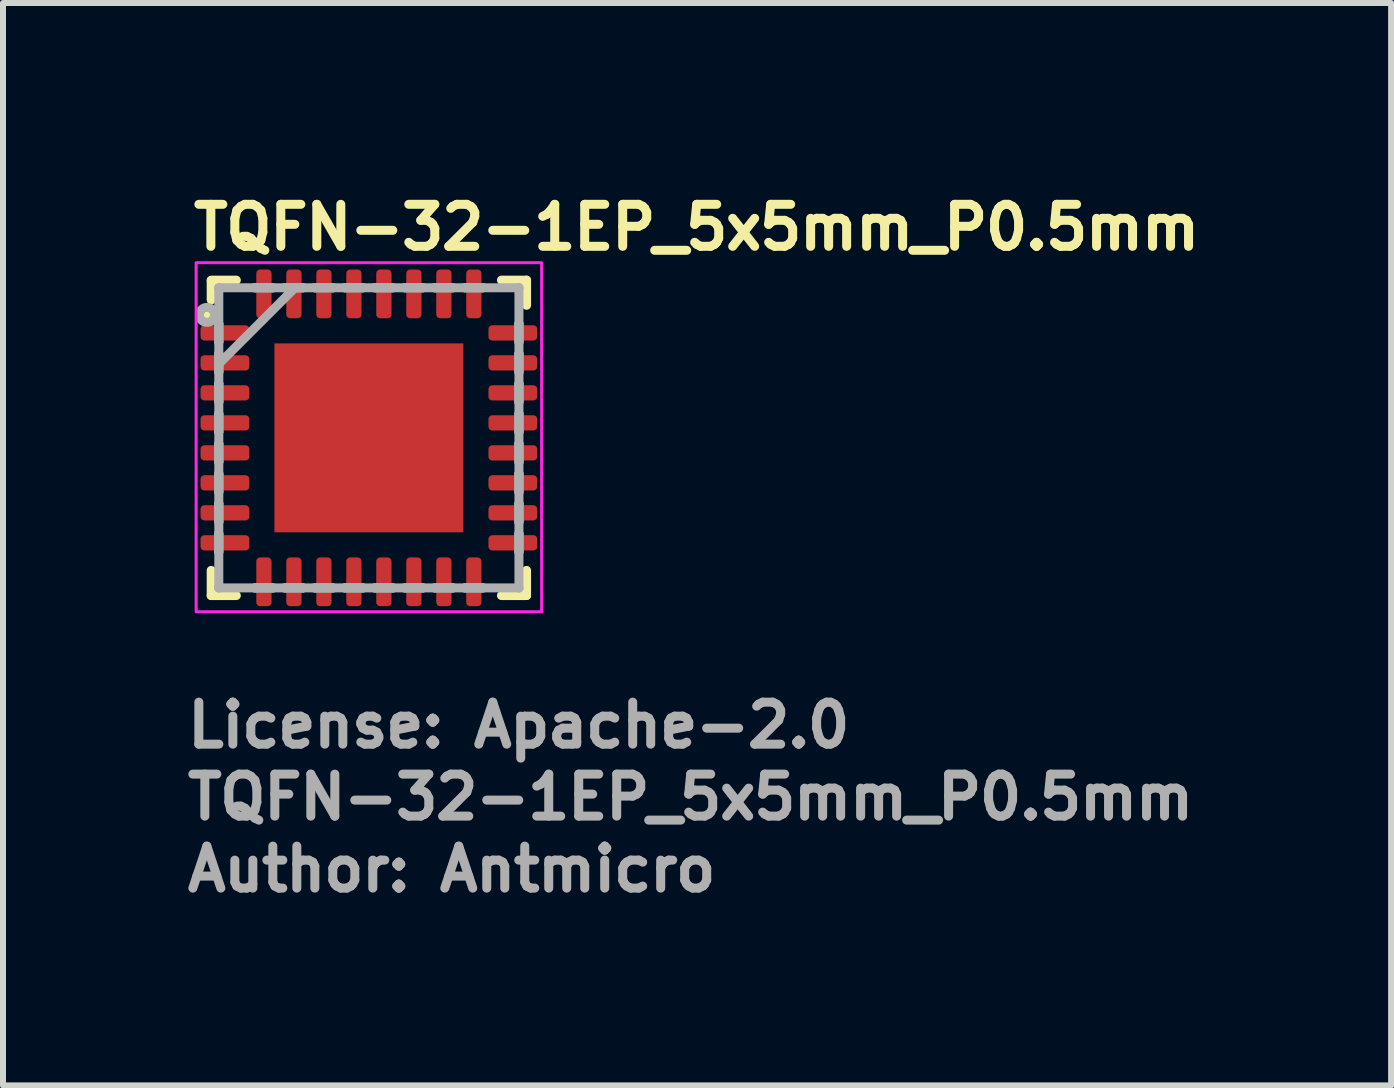
<source format=kicad_pcb>
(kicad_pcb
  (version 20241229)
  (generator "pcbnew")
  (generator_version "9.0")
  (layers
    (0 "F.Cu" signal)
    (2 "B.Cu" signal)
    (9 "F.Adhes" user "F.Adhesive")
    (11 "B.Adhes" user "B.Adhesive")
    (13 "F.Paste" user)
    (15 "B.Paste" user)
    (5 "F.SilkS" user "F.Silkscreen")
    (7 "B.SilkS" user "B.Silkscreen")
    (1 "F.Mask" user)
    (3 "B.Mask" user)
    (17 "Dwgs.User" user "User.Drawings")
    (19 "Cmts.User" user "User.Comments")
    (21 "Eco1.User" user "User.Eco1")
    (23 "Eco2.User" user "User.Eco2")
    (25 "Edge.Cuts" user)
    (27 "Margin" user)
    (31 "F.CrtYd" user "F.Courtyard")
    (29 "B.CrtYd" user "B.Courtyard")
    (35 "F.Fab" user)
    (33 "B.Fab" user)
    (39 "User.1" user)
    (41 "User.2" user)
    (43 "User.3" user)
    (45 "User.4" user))
  (footprint "TQFN-32-1EP_5x5mm_P0.5mm"
    (layer "F.Cu")
    (at 3.1 4.25)
    (property "Reference" "TQFN-32-1EP_5x5mm_P0.5mm" (at -3 -3.1 0) (unlocked yes) (layer "F.SilkS") (effects (font (size 0.7 0.7) (thickness 0.15)) (justify left bottom)))
    (attr smd)
    (fp_line (start -2.629 -2.619) (end -2.629 -2.3) (stroke (width 0.15) (type solid)) (layer "F.SilkS"))
    (fp_line (start -2.629 2.21) (end -2.629 2.629) (stroke (width 0.15) (type solid)) (layer "F.SilkS"))
    (fp_line (start -2.629 2.629) (end -2.21 2.629) (stroke (width 0.15) (type solid)) (layer "F.SilkS"))
    (fp_line (start -2.21 -2.629) (end -2.629 -2.629) (stroke (width 0.15) (type solid)) (layer "F.SilkS"))
    (fp_line (start 2.21 2.629) (end 2.629 2.629) (stroke (width 0.15) (type solid)) (layer "F.SilkS"))
    (fp_line (start 2.629 -2.629) (end 2.21 -2.629) (stroke (width 0.15) (type solid)) (layer "F.SilkS"))
    (fp_line (start 2.629 -2.21) (end 2.629 -2.629) (stroke (width 0.15) (type solid)) (layer "F.SilkS"))
    (fp_line (start 2.629 2.629) (end 2.629 2.21) (stroke (width 0.15) (type solid)) (layer "F.SilkS"))
    (fp_circle (center -2.7 -2.05) (end -2.65 -2.05) (stroke (width 0.15) (type solid)) (fill yes) (layer "F.SilkS"))
    (fp_poly (pts (xy -1.5 -1.5) (xy -1.5 -0.1) (xy -0.1 -0.1) (xy -0.1 -1.5)) (stroke (width 0) (type solid)) (fill yes) (layer "F.Paste"))
    (fp_poly (pts (xy -1.5 0.1) (xy -1.5 1.5) (xy -0.1 1.5) (xy -0.1 0.1)) (stroke (width 0) (type solid)) (fill yes) (layer "F.Paste"))
    (fp_poly (pts (xy 0.1 -1.5) (xy 0.1 -0.1) (xy 1.5 -0.1) (xy 1.5 -1.5)) (stroke (width 0) (type solid)) (fill yes) (layer "F.Paste"))
    (fp_poly (pts (xy 0.1 0.1) (xy 0.1 1.5) (xy 1.5 1.5) (xy 1.5 0.1)) (stroke (width 0) (type solid)) (fill yes) (layer "F.Paste"))
    (fp_rect (start -2.88 -2.92) (end 2.88 2.9) (stroke (width 0.05) (type solid)) (fill no) (layer "F.CrtYd"))
    (fp_line (start -2.502 -2.502) (end -2.502 -2.502) (stroke (width 0.15) (type solid)) (layer "F.Fab"))
    (fp_line (start -2.502 -2.502) (end -2.502 2.502) (stroke (width 0.15) (type solid)) (layer "F.Fab"))
    (fp_line (start -2.502 -1.902) (end -2.502 -1.902) (stroke (width 0.15) (type solid)) (layer "F.Fab"))
    (fp_line (start -2.502 -1.902) (end -2.502 -1.598) (stroke (width 0.15) (type solid)) (layer "F.Fab"))
    (fp_line (start -2.502 -1.598) (end -2.502 -1.902) (stroke (width 0.15) (type solid)) (layer "F.Fab"))
    (fp_line (start -2.502 -1.598) (end -2.502 -1.598) (stroke (width 0.15) (type solid)) (layer "F.Fab"))
    (fp_line (start -2.502 -1.402) (end -2.502 -1.402) (stroke (width 0.15) (type solid)) (layer "F.Fab"))
    (fp_line (start -2.502 -1.402) (end -2.502 -1.098) (stroke (width 0.15) (type solid)) (layer "F.Fab"))
    (fp_line (start -2.502 -1.232) (end -1.232 -2.502) (stroke (width 0.15) (type solid)) (layer "F.Fab"))
    (fp_line (start -2.502 -1.098) (end -2.502 -1.402) (stroke (width 0.15) (type solid)) (layer "F.Fab"))
    (fp_line (start -2.502 -1.098) (end -2.502 -1.098) (stroke (width 0.15) (type solid)) (layer "F.Fab"))
    (fp_line (start -2.502 -0.902) (end -2.502 -0.902) (stroke (width 0.15) (type solid)) (layer "F.Fab"))
    (fp_line (start -2.502 -0.902) (end -2.502 -0.598) (stroke (width 0.15) (type solid)) (layer "F.Fab"))
    (fp_line (start -2.502 -0.598) (end -2.502 -0.902) (stroke (width 0.15) (type solid)) (layer "F.Fab"))
    (fp_line (start -2.502 -0.598) (end -2.502 -0.598) (stroke (width 0.15) (type solid)) (layer "F.Fab"))
    (fp_line (start -2.502 -0.402) (end -2.502 -0.402) (stroke (width 0.15) (type solid)) (layer "F.Fab"))
    (fp_line (start -2.502 -0.402) (end -2.502 -0.098) (stroke (width 0.15) (type solid)) (layer "F.Fab"))
    (fp_line (start -2.502 -0.098) (end -2.502 -0.402) (stroke (width 0.15) (type solid)) (layer "F.Fab"))
    (fp_line (start -2.502 -0.098) (end -2.502 -0.098) (stroke (width 0.15) (type solid)) (layer "F.Fab"))
    (fp_line (start -2.502 0.098) (end -2.502 0.098) (stroke (width 0.15) (type solid)) (layer "F.Fab"))
    (fp_line (start -2.502 0.098) (end -2.502 0.402) (stroke (width 0.15) (type solid)) (layer "F.Fab"))
    (fp_line (start -2.502 0.402) (end -2.502 0.098) (stroke (width 0.15) (type solid)) (layer "F.Fab"))
    (fp_line (start -2.502 0.402) (end -2.502 0.402) (stroke (width 0.15) (type solid)) (layer "F.Fab"))
    (fp_line (start -2.502 0.598) (end -2.502 0.598) (stroke (width 0.15) (type solid)) (layer "F.Fab"))
    (fp_line (start -2.502 0.598) (end -2.502 0.902) (stroke (width 0.15) (type solid)) (layer "F.Fab"))
    (fp_line (start -2.502 0.902) (end -2.502 0.598) (stroke (width 0.15) (type solid)) (layer "F.Fab"))
    (fp_line (start -2.502 0.902) (end -2.502 0.902) (stroke (width 0.15) (type solid)) (layer "F.Fab"))
    (fp_line (start -2.502 1.098) (end -2.502 1.098) (stroke (width 0.15) (type solid)) (layer "F.Fab"))
    (fp_line (start -2.502 1.098) (end -2.502 1.402) (stroke (width 0.15) (type solid)) (layer "F.Fab"))
    (fp_line (start -2.502 1.402) (end -2.502 1.098) (stroke (width 0.15) (type solid)) (layer "F.Fab"))
    (fp_line (start -2.502 1.402) (end -2.502 1.402) (stroke (width 0.15) (type solid)) (layer "F.Fab"))
    (fp_line (start -2.502 1.598) (end -2.502 1.598) (stroke (width 0.15) (type solid)) (layer "F.Fab"))
    (fp_line (start -2.502 1.598) (end -2.502 1.902) (stroke (width 0.15) (type solid)) (layer "F.Fab"))
    (fp_line (start -2.502 1.902) (end -2.502 1.598) (stroke (width 0.15) (type solid)) (layer "F.Fab"))
    (fp_line (start -2.502 1.902) (end -2.502 1.902) (stroke (width 0.15) (type solid)) (layer "F.Fab"))
    (fp_line (start -2.502 2.502) (end -2.502 2.502) (stroke (width 0.15) (type solid)) (layer "F.Fab"))
    (fp_line (start -2.502 2.502) (end 2.502 2.502) (stroke (width 0.15) (type solid)) (layer "F.Fab"))
    (fp_line (start -1.902 -2.502) (end -1.902 -2.502) (stroke (width 0.15) (type solid)) (layer "F.Fab"))
    (fp_line (start -1.902 -2.502) (end -1.598 -2.502) (stroke (width 0.15) (type solid)) (layer "F.Fab"))
    (fp_line (start -1.902 2.502) (end -1.902 2.502) (stroke (width 0.15) (type solid)) (layer "F.Fab"))
    (fp_line (start -1.902 2.502) (end -1.598 2.502) (stroke (width 0.15) (type solid)) (layer "F.Fab"))
    (fp_line (start -1.598 -2.502) (end -1.902 -2.502) (stroke (width 0.15) (type solid)) (layer "F.Fab"))
    (fp_line (start -1.598 -2.502) (end -1.598 -2.502) (stroke (width 0.15) (type solid)) (layer "F.Fab"))
    (fp_line (start -1.598 2.502) (end -1.902 2.502) (stroke (width 0.15) (type solid)) (layer "F.Fab"))
    (fp_line (start -1.598 2.502) (end -1.598 2.502) (stroke (width 0.15) (type solid)) (layer "F.Fab"))
    (fp_line (start -1.402 -2.502) (end -1.402 -2.502) (stroke (width 0.15) (type solid)) (layer "F.Fab"))
    (fp_line (start -1.402 -2.502) (end -1.098 -2.502) (stroke (width 0.15) (type solid)) (layer "F.Fab"))
    (fp_line (start -1.402 2.502) (end -1.402 2.502) (stroke (width 0.15) (type solid)) (layer "F.Fab"))
    (fp_line (start -1.402 2.502) (end -1.098 2.502) (stroke (width 0.15) (type solid)) (layer "F.Fab"))
    (fp_line (start -1.098 -2.502) (end -1.402 -2.502) (stroke (width 0.15) (type solid)) (layer "F.Fab"))
    (fp_line (start -1.098 -2.502) (end -1.098 -2.502) (stroke (width 0.15) (type solid)) (layer "F.Fab"))
    (fp_line (start -1.098 2.502) (end -1.402 2.502) (stroke (width 0.15) (type solid)) (layer "F.Fab"))
    (fp_line (start -1.098 2.502) (end -1.098 2.502) (stroke (width 0.15) (type solid)) (layer "F.Fab"))
    (fp_line (start -0.902 -2.502) (end -0.902 -2.502) (stroke (width 0.15) (type solid)) (layer "F.Fab"))
    (fp_line (start -0.902 -2.502) (end -0.598 -2.502) (stroke (width 0.15) (type solid)) (layer "F.Fab"))
    (fp_line (start -0.902 2.502) (end -0.902 2.502) (stroke (width 0.15) (type solid)) (layer "F.Fab"))
    (fp_line (start -0.902 2.502) (end -0.598 2.502) (stroke (width 0.15) (type solid)) (layer "F.Fab"))
    (fp_line (start -0.598 -2.502) (end -0.902 -2.502) (stroke (width 0.15) (type solid)) (layer "F.Fab"))
    (fp_line (start -0.598 -2.502) (end -0.598 -2.502) (stroke (width 0.15) (type solid)) (layer "F.Fab"))
    (fp_line (start -0.598 2.502) (end -0.902 2.502) (stroke (width 0.15) (type solid)) (layer "F.Fab"))
    (fp_line (start -0.598 2.502) (end -0.598 2.502) (stroke (width 0.15) (type solid)) (layer "F.Fab"))
    (fp_line (start -0.402 -2.502) (end -0.402 -2.502) (stroke (width 0.15) (type solid)) (layer "F.Fab"))
    (fp_line (start -0.402 -2.502) (end -0.098 -2.502) (stroke (width 0.15) (type solid)) (layer "F.Fab"))
    (fp_line (start -0.402 2.502) (end -0.402 2.502) (stroke (width 0.15) (type solid)) (layer "F.Fab"))
    (fp_line (start -0.402 2.502) (end -0.098 2.502) (stroke (width 0.15) (type solid)) (layer "F.Fab"))
    (fp_line (start -0.098 -2.502) (end -0.402 -2.502) (stroke (width 0.15) (type solid)) (layer "F.Fab"))
    (fp_line (start -0.098 -2.502) (end -0.098 -2.502) (stroke (width 0.15) (type solid)) (layer "F.Fab"))
    (fp_line (start -0.098 2.502) (end -0.402 2.502) (stroke (width 0.15) (type solid)) (layer "F.Fab"))
    (fp_line (start -0.098 2.502) (end -0.098 2.502) (stroke (width 0.15) (type solid)) (layer "F.Fab"))
    (fp_line (start 0.098 -2.502) (end 0.098 -2.502) (stroke (width 0.15) (type solid)) (layer "F.Fab"))
    (fp_line (start 0.098 -2.502) (end 0.402 -2.502) (stroke (width 0.15) (type solid)) (layer "F.Fab"))
    (fp_line (start 0.098 2.502) (end 0.098 2.502) (stroke (width 0.15) (type solid)) (layer "F.Fab"))
    (fp_line (start 0.098 2.502) (end 0.402 2.502) (stroke (width 0.15) (type solid)) (layer "F.Fab"))
    (fp_line (start 0.402 -2.502) (end 0.098 -2.502) (stroke (width 0.15) (type solid)) (layer "F.Fab"))
    (fp_line (start 0.402 -2.502) (end 0.402 -2.502) (stroke (width 0.15) (type solid)) (layer "F.Fab"))
    (fp_line (start 0.402 2.502) (end 0.098 2.502) (stroke (width 0.15) (type solid)) (layer "F.Fab"))
    (fp_line (start 0.402 2.502) (end 0.402 2.502) (stroke (width 0.15) (type solid)) (layer "F.Fab"))
    (fp_line (start 0.598 -2.502) (end 0.598 -2.502) (stroke (width 0.15) (type solid)) (layer "F.Fab"))
    (fp_line (start 0.598 -2.502) (end 0.902 -2.502) (stroke (width 0.15) (type solid)) (layer "F.Fab"))
    (fp_line (start 0.598 2.502) (end 0.598 2.502) (stroke (width 0.15) (type solid)) (layer "F.Fab"))
    (fp_line (start 0.598 2.502) (end 0.902 2.502) (stroke (width 0.15) (type solid)) (layer "F.Fab"))
    (fp_line (start 0.902 -2.502) (end 0.598 -2.502) (stroke (width 0.15) (type solid)) (layer "F.Fab"))
    (fp_line (start 0.902 -2.502) (end 0.902 -2.502) (stroke (width 0.15) (type solid)) (layer "F.Fab"))
    (fp_line (start 0.902 2.502) (end 0.598 2.502) (stroke (width 0.15) (type solid)) (layer "F.Fab"))
    (fp_line (start 0.902 2.502) (end 0.902 2.502) (stroke (width 0.15) (type solid)) (layer "F.Fab"))
    (fp_line (start 1.098 -2.502) (end 1.098 -2.502) (stroke (width 0.15) (type solid)) (layer "F.Fab"))
    (fp_line (start 1.098 -2.502) (end 1.402 -2.502) (stroke (width 0.15) (type solid)) (layer "F.Fab"))
    (fp_line (start 1.098 2.502) (end 1.098 2.502) (stroke (width 0.15) (type solid)) (layer "F.Fab"))
    (fp_line (start 1.098 2.502) (end 1.402 2.502) (stroke (width 0.15) (type solid)) (layer "F.Fab"))
    (fp_line (start 1.402 -2.502) (end 1.098 -2.502) (stroke (width 0.15) (type solid)) (layer "F.Fab"))
    (fp_line (start 1.402 -2.502) (end 1.402 -2.502) (stroke (width 0.15) (type solid)) (layer "F.Fab"))
    (fp_line (start 1.402 2.502) (end 1.098 2.502) (stroke (width 0.15) (type solid)) (layer "F.Fab"))
    (fp_line (start 1.402 2.502) (end 1.402 2.502) (stroke (width 0.15) (type solid)) (layer "F.Fab"))
    (fp_line (start 1.598 -2.502) (end 1.598 -2.502) (stroke (width 0.15) (type solid)) (layer "F.Fab"))
    (fp_line (start 1.598 -2.502) (end 1.902 -2.502) (stroke (width 0.15) (type solid)) (layer "F.Fab"))
    (fp_line (start 1.598 2.502) (end 1.598 2.502) (stroke (width 0.15) (type solid)) (layer "F.Fab"))
    (fp_line (start 1.598 2.502) (end 1.902 2.502) (stroke (width 0.15) (type solid)) (layer "F.Fab"))
    (fp_line (start 1.902 -2.502) (end 1.598 -2.502) (stroke (width 0.15) (type solid)) (layer "F.Fab"))
    (fp_line (start 1.902 -2.502) (end 1.902 -2.502) (stroke (width 0.15) (type solid)) (layer "F.Fab"))
    (fp_line (start 1.902 2.502) (end 1.598 2.502) (stroke (width 0.15) (type solid)) (layer "F.Fab"))
    (fp_line (start 1.902 2.502) (end 1.902 2.502) (stroke (width 0.15) (type solid)) (layer "F.Fab"))
    (fp_line (start 2.502 -2.502) (end -2.502 -2.502) (stroke (width 0.15) (type solid)) (layer "F.Fab"))
    (fp_line (start 2.502 -2.502) (end 2.502 -2.502) (stroke (width 0.15) (type solid)) (layer "F.Fab"))
    (fp_line (start 2.502 -1.902) (end 2.502 -1.902) (stroke (width 0.15) (type solid)) (layer "F.Fab"))
    (fp_line (start 2.502 -1.902) (end 2.502 -1.598) (stroke (width 0.15) (type solid)) (layer "F.Fab"))
    (fp_line (start 2.502 -1.598) (end 2.502 -1.902) (stroke (width 0.15) (type solid)) (layer "F.Fab"))
    (fp_line (start 2.502 -1.598) (end 2.502 -1.598) (stroke (width 0.15) (type solid)) (layer "F.Fab"))
    (fp_line (start 2.502 -1.402) (end 2.502 -1.402) (stroke (width 0.15) (type solid)) (layer "F.Fab"))
    (fp_line (start 2.502 -1.402) (end 2.502 -1.098) (stroke (width 0.15) (type solid)) (layer "F.Fab"))
    (fp_line (start 2.502 -1.098) (end 2.502 -1.402) (stroke (width 0.15) (type solid)) (layer "F.Fab"))
    (fp_line (start 2.502 -1.098) (end 2.502 -1.098) (stroke (width 0.15) (type solid)) (layer "F.Fab"))
    (fp_line (start 2.502 -0.902) (end 2.502 -0.902) (stroke (width 0.15) (type solid)) (layer "F.Fab"))
    (fp_line (start 2.502 -0.902) (end 2.502 -0.598) (stroke (width 0.15) (type solid)) (layer "F.Fab"))
    (fp_line (start 2.502 -0.598) (end 2.502 -0.902) (stroke (width 0.15) (type solid)) (layer "F.Fab"))
    (fp_line (start 2.502 -0.598) (end 2.502 -0.598) (stroke (width 0.15) (type solid)) (layer "F.Fab"))
    (fp_line (start 2.502 -0.402) (end 2.502 -0.402) (stroke (width 0.15) (type solid)) (layer "F.Fab"))
    (fp_line (start 2.502 -0.402) (end 2.502 -0.098) (stroke (width 0.15) (type solid)) (layer "F.Fab"))
    (fp_line (start 2.502 -0.098) (end 2.502 -0.402) (stroke (width 0.15) (type solid)) (layer "F.Fab"))
    (fp_line (start 2.502 -0.098) (end 2.502 -0.098) (stroke (width 0.15) (type solid)) (layer "F.Fab"))
    (fp_line (start 2.502 0.098) (end 2.502 0.098) (stroke (width 0.15) (type solid)) (layer "F.Fab"))
    (fp_line (start 2.502 0.098) (end 2.502 0.402) (stroke (width 0.15) (type solid)) (layer "F.Fab"))
    (fp_line (start 2.502 0.402) (end 2.502 0.098) (stroke (width 0.15) (type solid)) (layer "F.Fab"))
    (fp_line (start 2.502 0.402) (end 2.502 0.402) (stroke (width 0.15) (type solid)) (layer "F.Fab"))
    (fp_line (start 2.502 0.598) (end 2.502 0.598) (stroke (width 0.15) (type solid)) (layer "F.Fab"))
    (fp_line (start 2.502 0.598) (end 2.502 0.902) (stroke (width 0.15) (type solid)) (layer "F.Fab"))
    (fp_line (start 2.502 0.902) (end 2.502 0.598) (stroke (width 0.15) (type solid)) (layer "F.Fab"))
    (fp_line (start 2.502 0.902) (end 2.502 0.902) (stroke (width 0.15) (type solid)) (layer "F.Fab"))
    (fp_line (start 2.502 1.098) (end 2.502 1.098) (stroke (width 0.15) (type solid)) (layer "F.Fab"))
    (fp_line (start 2.502 1.098) (end 2.502 1.402) (stroke (width 0.15) (type solid)) (layer "F.Fab"))
    (fp_line (start 2.502 1.402) (end 2.502 1.098) (stroke (width 0.15) (type solid)) (layer "F.Fab"))
    (fp_line (start 2.502 1.402) (end 2.502 1.402) (stroke (width 0.15) (type solid)) (layer "F.Fab"))
    (fp_line (start 2.502 1.598) (end 2.502 1.598) (stroke (width 0.15) (type solid)) (layer "F.Fab"))
    (fp_line (start 2.502 1.598) (end 2.502 1.902) (stroke (width 0.15) (type solid)) (layer "F.Fab"))
    (fp_line (start 2.502 1.902) (end 2.502 1.598) (stroke (width 0.15) (type solid)) (layer "F.Fab"))
    (fp_line (start 2.502 1.902) (end 2.502 1.902) (stroke (width 0.15) (type solid)) (layer "F.Fab"))
    (fp_line (start 2.502 2.502) (end 2.502 -2.502) (stroke (width 0.15) (type solid)) (layer "F.Fab"))
    (fp_line (start 2.502 2.502) (end 2.502 2.502) (stroke (width 0.15) (type solid)) (layer "F.Fab"))
    (fp_circle (center -2.7 -2.05) (end -2.65 -2.05) (stroke (width 0.15) (type solid)) (fill no) (layer "F.Fab"))
    (fp_rect (start -2.502 -2.502) (end 2.502 2.502) (stroke (width 0.1) (type solid)) (fill no) (layer "User.5"))
    (fp_line (start -2.502 -2.502) (end -2.502 2.502) (stroke (width 0.02) (type solid)) (layer "User.9"))
    (fp_line (start -2.502 2.502) (end 2.502 2.502) (stroke (width 0.02) (type solid)) (layer "User.9"))
    (fp_line (start -2.127 -1.75) (end -2.123 -1.719) (stroke (width 0.02) (type solid)) (layer "User.9"))
    (fp_line (start -2.123 -1.781) (end -2.127 -1.75) (stroke (width 0.02) (type solid)) (layer "User.9"))
    (fp_line (start -2.123 -1.719) (end -2.112 -1.69) (stroke (width 0.02) (type solid)) (layer "User.9"))
    (fp_line (start -2.112 -1.81) (end -2.123 -1.781) (stroke (width 0.02) (type solid)) (layer "User.9"))
    (fp_line (start -2.112 -1.69) (end -2.093 -1.664) (stroke (width 0.02) (type solid)) (layer "User.9"))
    (fp_line (start -2.093 -1.836) (end -2.112 -1.81) (stroke (width 0.02) (type solid)) (layer "User.9"))
    (fp_line (start -2.093 -1.664) (end -2.069 -1.644) (stroke (width 0.02) (type solid)) (layer "User.9"))
    (fp_line (start -2.069 -1.856) (end -2.093 -1.836) (stroke (width 0.02) (type solid)) (layer "User.9"))
    (fp_line (start -2.069 -1.644) (end -2.041 -1.631) (stroke (width 0.02) (type solid)) (layer "User.9"))
    (fp_line (start -2.041 -1.869) (end -2.069 -1.856) (stroke (width 0.02) (type solid)) (layer "User.9"))
    (fp_line (start -2.041 -1.631) (end -2.01 -1.625) (stroke (width 0.02) (type solid)) (layer "User.9"))
    (fp_line (start -2.01 -1.875) (end -2.041 -1.869) (stroke (width 0.02) (type solid)) (layer "User.9"))
    (fp_line (start -2.01 -1.625) (end -1.979 -1.627) (stroke (width 0.02) (type solid)) (layer "User.9"))
    (fp_line (start -1.979 -1.873) (end -2.01 -1.875) (stroke (width 0.02) (type solid)) (layer "User.9"))
    (fp_line (start -1.979 -1.627) (end -1.949 -1.637) (stroke (width 0.02) (type solid)) (layer "User.9"))
    (fp_line (start -1.949 -1.863) (end -1.979 -1.873) (stroke (width 0.02) (type solid)) (layer "User.9"))
    (fp_line (start -1.949 -1.637) (end -1.922 -1.654) (stroke (width 0.02) (type solid)) (layer "User.9"))
    (fp_line (start -1.922 -1.846) (end -1.949 -1.863) (stroke (width 0.02) (type solid)) (layer "User.9"))
    (fp_line (start -1.922 -1.654) (end -1.901 -1.676) (stroke (width 0.02) (type solid)) (layer "User.9"))
    (fp_line (start -1.901 -1.824) (end -1.922 -1.846) (stroke (width 0.02) (type solid)) (layer "User.9"))
    (fp_line (start -1.901 -1.676) (end -1.886 -1.704) (stroke (width 0.02) (type solid)) (layer "User.9"))
    (fp_line (start -1.886 -1.796) (end -1.901 -1.824) (stroke (width 0.02) (type solid)) (layer "User.9"))
    (fp_line (start -1.886 -1.704) (end -1.878 -1.734) (stroke (width 0.02) (type solid)) (layer "User.9"))
    (fp_line (start -1.878 -1.766) (end -1.886 -1.796) (stroke (width 0.02) (type solid)) (layer "User.9"))
    (fp_line (start -1.878 -1.734) (end -1.878 -1.766) (stroke (width 0.02) (type solid)) (layer "User.9"))
    (fp_line (start 2.502 -2.502) (end -2.502 -2.502) (stroke (width 0.02) (type solid)) (layer "User.9"))
    (fp_line (start 2.502 2.502) (end 2.502 -2.502) (stroke (width 0.02) (type solid)) (layer "User.9"))
    (fp_text user "${REFERENCE}" (at -3.1 6.4 0) (unlocked yes) (layer "F.Fab") (effects (font (size 0.7 0.7) (thickness 0.15)) (justify left bottom)))
    (fp_text user "License: Apache-2.0" (at -3.1 5.2 0) (layer "F.Fab") (effects (font (size 0.7 0.7) (thickness 0.15)) (justify left bottom)))
    (fp_text user "Author: Antmicro" (at -3.1 7.6 0) (layer "F.Fab") (effects (font (size 0.7 0.7) (thickness 0.15)) (justify left bottom)))
    (pad "1" smd roundrect (at -2.4 -1.75 90) (size 0.254 0.813) (layers "F.Cu" "F.Mask" "F.Paste") (roundrect_rratio 0.25))
    (pad "2" smd roundrect (at -2.4 -1.25 90) (size 0.254 0.813) (layers "F.Cu" "F.Mask" "F.Paste") (roundrect_rratio 0.25))
    (pad "3" smd roundrect (at -2.4 -0.75 90) (size 0.254 0.813) (layers "F.Cu" "F.Mask" "F.Paste") (roundrect_rratio 0.25))
    (pad "4" smd roundrect (at -2.4 -0.25 90) (size 0.254 0.813) (layers "F.Cu" "F.Mask" "F.Paste") (roundrect_rratio 0.25))
    (pad "5" smd roundrect (at -2.4 0.25 90) (size 0.254 0.813) (layers "F.Cu" "F.Mask" "F.Paste") (roundrect_rratio 0.25))
    (pad "6" smd roundrect (at -2.4 0.75 90) (size 0.254 0.813) (layers "F.Cu" "F.Mask" "F.Paste") (roundrect_rratio 0.25))
    (pad "7" smd roundrect (at -2.4 1.25 90) (size 0.254 0.813) (layers "F.Cu" "F.Mask" "F.Paste") (roundrect_rratio 0.25))
    (pad "8" smd roundrect (at -2.4 1.75 90) (size 0.254 0.813) (layers "F.Cu" "F.Mask" "F.Paste") (roundrect_rratio 0.25))
    (pad "9" smd roundrect (at -1.75 2.4) (size 0.254 0.813) (layers "F.Cu" "F.Mask" "F.Paste") (roundrect_rratio 0.25))
    (pad "10" smd roundrect (at -1.25 2.4) (size 0.254 0.813) (layers "F.Cu" "F.Mask" "F.Paste") (roundrect_rratio 0.25))
    (pad "11" smd roundrect (at -0.75 2.4) (size 0.254 0.813) (layers "F.Cu" "F.Mask" "F.Paste") (roundrect_rratio 0.25))
    (pad "12" smd roundrect (at -0.25 2.4) (size 0.254 0.813) (layers "F.Cu" "F.Mask" "F.Paste") (roundrect_rratio 0.25))
    (pad "13" smd roundrect (at 0.25 2.4) (size 0.254 0.813) (layers "F.Cu" "F.Mask" "F.Paste") (roundrect_rratio 0.25))
    (pad "14" smd roundrect (at 0.75 2.4) (size 0.254 0.813) (layers "F.Cu" "F.Mask" "F.Paste") (roundrect_rratio 0.25))
    (pad "15" smd roundrect (at 1.25 2.4) (size 0.254 0.813) (layers "F.Cu" "F.Mask" "F.Paste") (roundrect_rratio 0.25))
    (pad "16" smd roundrect (at 1.75 2.4) (size 0.254 0.813) (layers "F.Cu" "F.Mask" "F.Paste") (roundrect_rratio 0.25))
    (pad "17" smd roundrect (at 2.4 1.75 90) (size 0.254 0.813) (layers "F.Cu" "F.Mask" "F.Paste") (roundrect_rratio 0.25))
    (pad "18" smd roundrect (at 2.4 1.25 90) (size 0.254 0.813) (layers "F.Cu" "F.Mask" "F.Paste") (roundrect_rratio 0.25))
    (pad "19" smd roundrect (at 2.4 0.75 90) (size 0.254 0.813) (layers "F.Cu" "F.Mask" "F.Paste") (roundrect_rratio 0.25))
    (pad "20" smd roundrect (at 2.4 0.25 90) (size 0.254 0.813) (layers "F.Cu" "F.Mask" "F.Paste") (roundrect_rratio 0.25))
    (pad "21" smd roundrect (at 2.4 -0.25 90) (size 0.254 0.813) (layers "F.Cu" "F.Mask" "F.Paste") (roundrect_rratio 0.25))
    (pad "22" smd roundrect (at 2.4 -0.75 90) (size 0.254 0.813) (layers "F.Cu" "F.Mask" "F.Paste") (roundrect_rratio 0.25))
    (pad "23" smd roundrect (at 2.4 -1.25 90) (size 0.254 0.813) (layers "F.Cu" "F.Mask" "F.Paste") (roundrect_rratio 0.25))
    (pad "24" smd roundrect (at 2.4 -1.75 90) (size 0.254 0.813) (layers "F.Cu" "F.Mask" "F.Paste") (roundrect_rratio 0.25))
    (pad "25" smd roundrect (at 1.75 -2.4) (size 0.254 0.813) (layers "F.Cu" "F.Mask" "F.Paste") (roundrect_rratio 0.25))
    (pad "26" smd roundrect (at 1.25 -2.4) (size 0.254 0.813) (layers "F.Cu" "F.Mask" "F.Paste") (roundrect_rratio 0.25))
    (pad "27" smd roundrect (at 0.75 -2.4) (size 0.254 0.813) (layers "F.Cu" "F.Mask" "F.Paste") (roundrect_rratio 0.25))
    (pad "28" smd roundrect (at 0.25 -2.4) (size 0.254 0.813) (layers "F.Cu" "F.Mask" "F.Paste") (roundrect_rratio 0.25))
    (pad "29" smd roundrect (at -0.25 -2.4) (size 0.254 0.813) (layers "F.Cu" "F.Mask" "F.Paste") (roundrect_rratio 0.25))
    (pad "30" smd roundrect (at -0.75 -2.4) (size 0.254 0.813) (layers "F.Cu" "F.Mask" "F.Paste") (roundrect_rratio 0.25))
    (pad "31" smd roundrect (at -1.25 -2.4) (size 0.254 0.813) (layers "F.Cu" "F.Mask" "F.Paste") (roundrect_rratio 0.25))
    (pad "32" smd roundrect (at -1.75 -2.4) (size 0.254 0.813) (layers "F.Cu" "F.Mask" "F.Paste") (roundrect_rratio 0.25))
    (pad "33" smd rect (at 0 0) (size 3.15 3.15) (layers "F.Cu" "F.Mask" "F.Paste")))
  (gr_rect
    (start -3 -3)
    (end 20.143 15.046)
    (stroke (width 0.1) (type default))
    (fill no)
    (layer "Edge.Cuts")))
</source>
